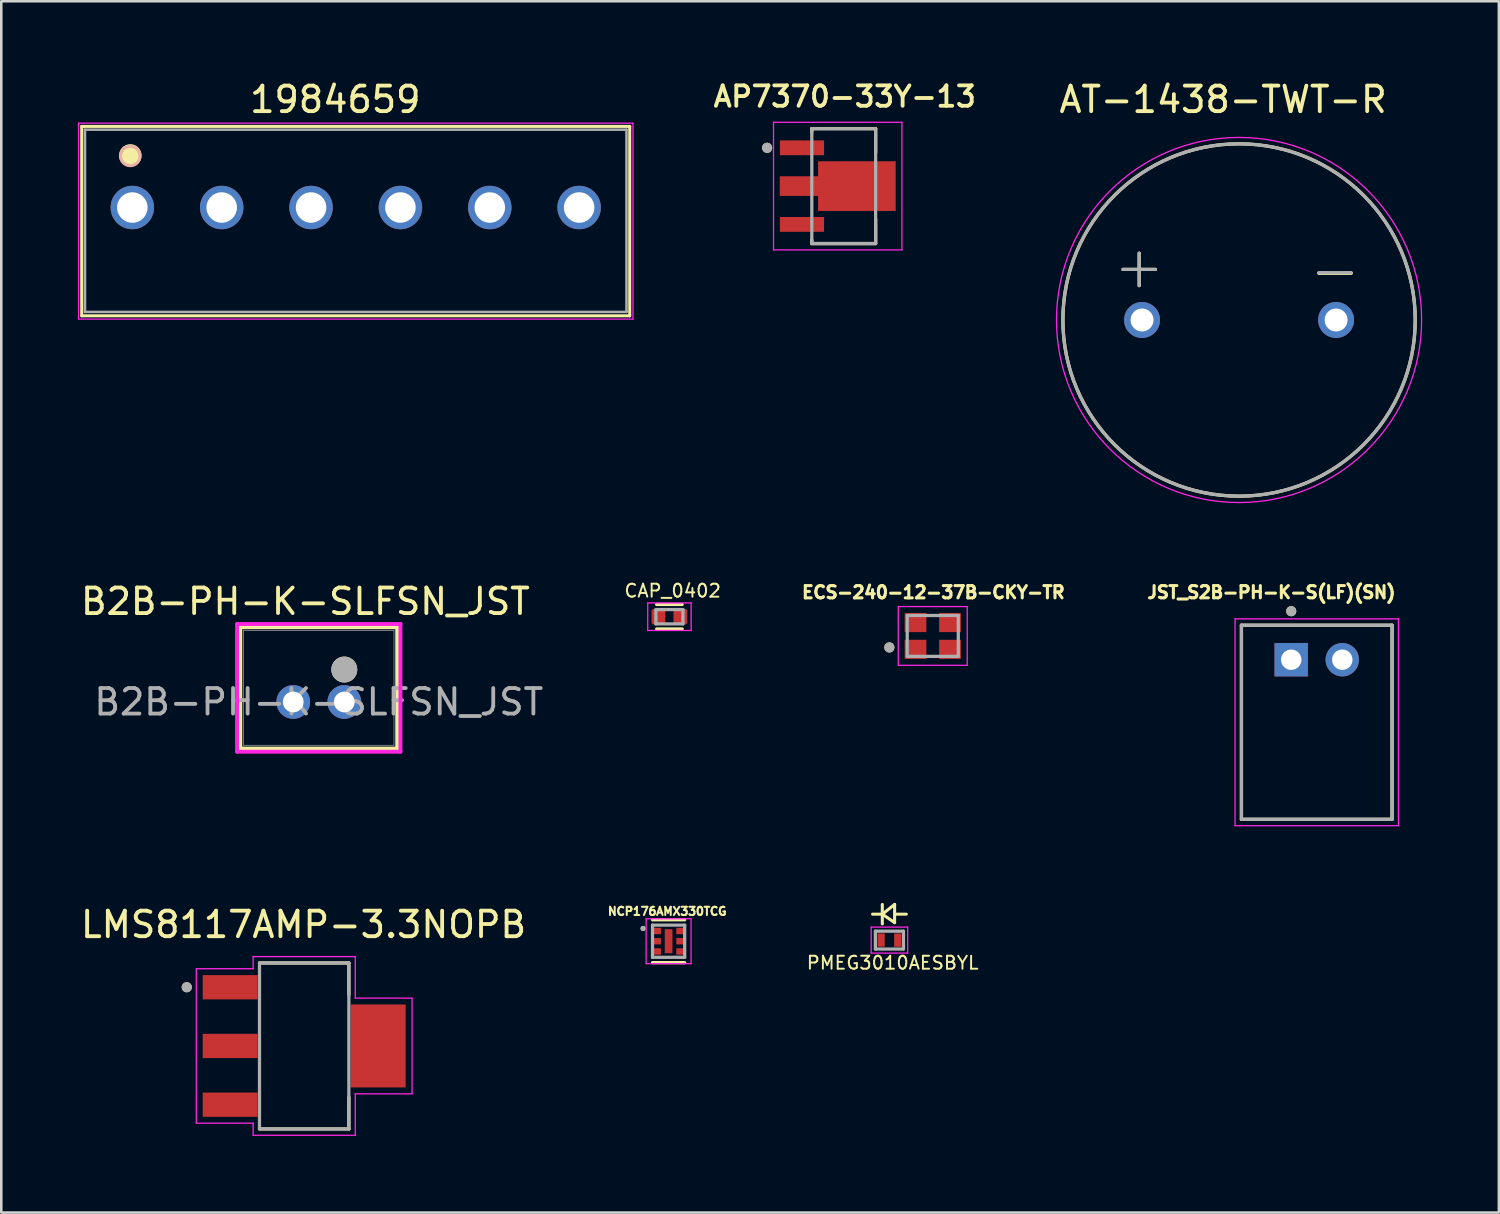
<source format=kicad_pcb>
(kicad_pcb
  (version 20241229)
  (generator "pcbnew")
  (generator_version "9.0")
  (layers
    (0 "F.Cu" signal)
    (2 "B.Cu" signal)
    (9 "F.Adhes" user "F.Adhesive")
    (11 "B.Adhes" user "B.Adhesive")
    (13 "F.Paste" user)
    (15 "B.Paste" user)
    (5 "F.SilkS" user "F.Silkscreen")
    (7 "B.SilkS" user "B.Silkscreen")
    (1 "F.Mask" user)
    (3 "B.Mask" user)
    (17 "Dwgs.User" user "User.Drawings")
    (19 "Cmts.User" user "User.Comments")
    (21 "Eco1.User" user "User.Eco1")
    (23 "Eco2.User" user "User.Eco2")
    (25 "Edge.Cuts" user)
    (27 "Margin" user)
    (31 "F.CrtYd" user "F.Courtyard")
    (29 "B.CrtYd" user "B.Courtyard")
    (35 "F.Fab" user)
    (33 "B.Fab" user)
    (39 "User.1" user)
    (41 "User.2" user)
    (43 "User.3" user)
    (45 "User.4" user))
  (footprint "PMEG3010AESBYL"
    (layer "F.Cu")
    (at 31.786 33.771)
    (property "Reference" "PMEG3010AESBYL" (at 0.127 0.889 0) (layer "F.SilkS") (effects (font (size 0.508 0.508) (thickness 0.076))))
    (attr smd)
    (fp_line (start -0.279 -1.397) (end -0.279 -0.635) (stroke (width 0.12) (type solid)) (layer "F.SilkS"))
    (fp_line (start -0.254 -1.016) (end -0.66 -1.016) (stroke (width 0.12) (type solid)) (layer "F.SilkS"))
    (fp_line (start 0.203 -1.397) (end -0.279 -1.016) (stroke (width 0.12) (type solid)) (layer "F.SilkS"))
    (fp_line (start 0.203 -1.397) (end 0.203 -0.686) (stroke (width 0.12) (type solid)) (layer "F.SilkS"))
    (fp_line (start 0.203 -0.686) (end -0.279 -1.016) (stroke (width 0.12) (type solid)) (layer "F.SilkS"))
    (fp_line (start 0.66 -1.016) (end 0.254 -1.016) (stroke (width 0.12) (type solid)) (layer "F.SilkS"))
    (fp_line (start -0.715 -0.51) (end -0.715 0.51) (stroke (width 0.05) (type solid)) (layer "F.CrtYd"))
    (fp_line (start -0.715 0.51) (end 0.715 0.51) (stroke (width 0.05) (type solid)) (layer "F.CrtYd"))
    (fp_line (start 0.715 -0.51) (end -0.715 -0.51) (stroke (width 0.05) (type solid)) (layer "F.CrtYd"))
    (fp_line (start 0.715 0.51) (end 0.715 -0.51) (stroke (width 0.05) (type solid)) (layer "F.CrtYd"))
    (fp_line (start -0.55 -0.35) (end 0.55 -0.35) (stroke (width 0.127) (type solid)) (layer "F.Fab"))
    (fp_line (start -0.55 0.35) (end -0.55 -0.35) (stroke (width 0.127) (type solid)) (layer "F.Fab"))
    (fp_line (start -0.55 0.35) (end 0.55 0.35) (stroke (width 0.127) (type solid)) (layer "F.Fab"))
    (fp_line (start 0.55 0.35) (end 0.55 -0.35) (stroke (width 0.127) (type solid)) (layer "F.Fab"))
    (pad "A" smd rect (at 0.325 0) (size 0.28 0.52) (layers "F.Cu" "F.Mask" "F.Paste"))
    (pad "C" smd rect (at -0.325 0) (size 0.28 0.52) (layers "F.Cu" "F.Mask" "F.Paste")))
  (footprint "NCP176AMX330TCG"
    (layer "F.Cu")
    (at 23.137 33.815)
    (property "Reference" "NCP176AMX330TCG" (at -0.054 -1.173 0) (layer "F.SilkS") (effects (font (size 0.32 0.32) (thickness 0.15))))
    (attr smd)
    (fp_line (start -0.63 -0.839) (end 0.63 -0.839) (stroke (width 0.127) (type solid)) (layer "F.SilkS"))
    (fp_line (start -0.63 0.839) (end 0.63 0.839) (stroke (width 0.127) (type solid)) (layer "F.SilkS"))
    (fp_circle (center -1 -0.5) (end -0.95 -0.5) (stroke (width 0.1) (type solid)) (fill no) (layer "F.SilkS"))
    (fp_line (start -0.88 -0.88) (end 0.88 -0.88) (stroke (width 0.05) (type solid)) (layer "F.CrtYd"))
    (fp_line (start -0.88 0.88) (end -0.88 -0.88) (stroke (width 0.05) (type solid)) (layer "F.CrtYd"))
    (fp_line (start 0.88 -0.88) (end 0.88 0.88) (stroke (width 0.05) (type solid)) (layer "F.CrtYd"))
    (fp_line (start 0.88 0.88) (end -0.88 0.88) (stroke (width 0.05) (type solid)) (layer "F.CrtYd"))
    (fp_line (start -0.63 -0.63) (end 0.63 -0.63) (stroke (width 0.127) (type solid)) (layer "F.Fab"))
    (fp_line (start -0.63 0.63) (end -0.63 -0.63) (stroke (width 0.127) (type solid)) (layer "F.Fab"))
    (fp_line (start 0.63 -0.63) (end 0.63 0.63) (stroke (width 0.127) (type solid)) (layer "F.Fab"))
    (fp_line (start 0.63 0.63) (end -0.63 0.63) (stroke (width 0.127) (type solid)) (layer "F.Fab"))
    (fp_circle (center -1 -0.5) (end -0.95 -0.5) (stroke (width 0.1) (type solid)) (fill no) (layer "F.Fab"))
    (pad "1" smd roundrect (at -0.455 -0.4) (size 0.31 0.25) (layers "F.Cu" "F.Mask" "F.Paste") (roundrect_rratio 0.03))
    (pad "2" smd roundrect (at -0.455 0) (size 0.31 0.25) (layers "F.Cu" "F.Mask" "F.Paste") (roundrect_rratio 0.03))
    (pad "3" smd roundrect (at -0.455 0.4) (size 0.31 0.25) (layers "F.Cu" "F.Mask" "F.Paste") (roundrect_rratio 0.03))
    (pad "3" smd rect (at 0 0 90) (size 0.94 0.3) (layers "F.Cu" "F.Mask"))
    (pad "4" smd roundrect (at 0.455 0.4) (size 0.31 0.25) (layers "F.Cu" "F.Mask" "F.Paste") (roundrect_rratio 0.03))
    (pad "5" smd roundrect (at 0.455 0) (size 0.31 0.25) (layers "F.Cu" "F.Mask" "F.Paste") (roundrect_rratio 0.03))
    (pad "6" smd roundrect (at 0.455 -0.4) (size 0.31 0.25) (layers "F.Cu" "F.Mask" "F.Paste") (roundrect_rratio 0.03)))
  (footprint "LMS8117AMP-3.3NOPB"
    (layer "F.Cu")
    (at 8.864 37.917)
    (property "Reference" "LMS8117AMP-3.3NOPB" (at -0.025 -4.754 0) (layer "F.SilkS") (effects (font (size 1 1) (thickness 0.15))))
    (attr through_hole)
    (fp_line (start -1.75 -3.25) (end 1.75 -3.25) (stroke (width 0.127) (type solid)) (layer "F.SilkS"))
    (fp_line (start -1.75 3.25) (end 1.75 3.25) (stroke (width 0.127) (type solid)) (layer "F.SilkS"))
    (fp_line (start 1.75 -3.25) (end 1.75 -2.01) (stroke (width 0.127) (type solid)) (layer "F.SilkS"))
    (fp_line (start 1.75 3.25) (end 1.75 2.01) (stroke (width 0.127) (type solid)) (layer "F.SilkS"))
    (fp_circle (center -4.6 -2.3) (end -4.5 -2.3) (stroke (width 0.2) (type solid)) (fill no) (layer "F.SilkS"))
    (fp_line (start -4.225 -3.025) (end -4.225 3.025) (stroke (width 0.05) (type solid)) (layer "F.CrtYd"))
    (fp_line (start -4.225 3.025) (end -2 3.025) (stroke (width 0.05) (type solid)) (layer "F.CrtYd"))
    (fp_line (start -2 -3.5) (end -2 -3.025) (stroke (width 0.05) (type solid)) (layer "F.CrtYd"))
    (fp_line (start -2 -3.025) (end -4.225 -3.025) (stroke (width 0.05) (type solid)) (layer "F.CrtYd"))
    (fp_line (start -2 3.025) (end -2 3.5) (stroke (width 0.05) (type solid)) (layer "F.CrtYd"))
    (fp_line (start -2 3.5) (end 2 3.5) (stroke (width 0.05) (type solid)) (layer "F.CrtYd"))
    (fp_line (start 2 -3.5) (end -2 -3.5) (stroke (width 0.05) (type solid)) (layer "F.CrtYd"))
    (fp_line (start 2 -1.875) (end 2 -3.5) (stroke (width 0.05) (type solid)) (layer "F.CrtYd"))
    (fp_line (start 2 1.875) (end 4.225 1.875) (stroke (width 0.05) (type solid)) (layer "F.CrtYd"))
    (fp_line (start 2 3.5) (end 2 1.875) (stroke (width 0.05) (type solid)) (layer "F.CrtYd"))
    (fp_line (start 4.225 -1.875) (end 2 -1.875) (stroke (width 0.05) (type solid)) (layer "F.CrtYd"))
    (fp_line (start 4.225 1.875) (end 4.225 -1.875) (stroke (width 0.05) (type solid)) (layer "F.CrtYd"))
    (fp_line (start -1.75 -3.25) (end -1.75 3.25) (stroke (width 0.127) (type solid)) (layer "F.Fab"))
    (fp_line (start 1.75 -3.25) (end -1.75 -3.25) (stroke (width 0.127) (type solid)) (layer "F.Fab"))
    (fp_line (start 1.75 -3.25) (end 1.75 3.25) (stroke (width 0.127) (type solid)) (layer "F.Fab"))
    (fp_line (start 1.75 3.25) (end -1.75 3.25) (stroke (width 0.127) (type solid)) (layer "F.Fab"))
    (fp_circle (center -4.6 -2.3) (end -4.5 -2.3) (stroke (width 0.2) (type solid)) (fill no) (layer "F.Fab"))
    (pad "1" smd rect (at -2.9 -2.3) (size 2.15 0.95) (layers "F.Cu" "F.Mask" "F.Paste"))
    (pad "2" smd rect (at -2.9 0) (size 2.15 0.95) (layers "F.Cu" "F.Mask" "F.Paste"))
    (pad "2" smd rect (at 2.9 0) (size 2.15 3.25) (layers "F.Cu" "F.Mask" "F.Paste"))
    (pad "3" smd rect (at -2.9 2.3) (size 2.15 0.95) (layers "F.Cu" "F.Mask" "F.Paste")))
  (footprint "B2B-PH-K-SLFSN_JST"
    (layer "F.Cu")
    (at 10.435 24.444)
    (property "Reference" "B2B-PH-K-SLFSN_JST" (at -1.524 -3.937 0) (unlocked yes) (layer "F.SilkS") (effects (font (size 1 1) (thickness 0.15))))
    (attr through_hole)
    (fp_line (start -4.073 -2.927) (end -4.073 1.823) (stroke (width 0.152) (type solid)) (layer "F.SilkS"))
    (fp_line (start -4.073 1.823) (end 2.073 1.823) (stroke (width 0.152) (type solid)) (layer "F.SilkS"))
    (fp_line (start 2.073 -2.927) (end -4.073 -2.927) (stroke (width 0.152) (type solid)) (layer "F.SilkS"))
    (fp_line (start 2.073 1.823) (end 2.073 -2.927) (stroke (width 0.152) (type solid)) (layer "F.SilkS"))
    (fp_circle (center 0 -1.27) (end 0.254 -1.27) (stroke (width 0.508) (type solid)) (fill yes) (layer "F.SilkS"))
    (fp_line (start -4.2 -3.054) (end -4.2 1.95) (stroke (width 0.152) (type solid)) (layer "F.CrtYd"))
    (fp_line (start -4.2 1.95) (end 2.2 1.95) (stroke (width 0.152) (type solid)) (layer "F.CrtYd"))
    (fp_line (start 2.2 -3.054) (end -4.2 -3.054) (stroke (width 0.152) (type solid)) (layer "F.CrtYd"))
    (fp_line (start 2.2 1.95) (end 2.2 -3.054) (stroke (width 0.152) (type solid)) (layer "F.CrtYd"))
    (fp_line (start -3.946 -2.8) (end -3.946 1.696) (stroke (width 0.025) (type solid)) (layer "F.Fab"))
    (fp_line (start -3.946 1.696) (end 1.946 1.696) (stroke (width 0.025) (type solid)) (layer "F.Fab"))
    (fp_line (start 1.946 -2.8) (end -3.946 -2.8) (stroke (width 0.025) (type solid)) (layer "F.Fab"))
    (fp_line (start 1.946 1.696) (end 1.946 -2.8) (stroke (width 0.025) (type solid)) (layer "F.Fab"))
    (fp_circle (center 0 -1.27) (end 0.254 -1.27) (stroke (width 0.508) (type solid)) (fill no) (layer "F.Fab"))
    (fp_text user "${REFERENCE}" (at -1 0 0) (unlocked yes) (layer "F.Fab") (effects (font (size 1 1) (thickness 0.15))))
    (pad "1" thru_hole circle (at 0.000001 0) (size 1.321 1.321) (drill 0.813) (layers "*.Cu" "*.Mask"))
    (pad "2" thru_hole circle (at -2 0) (size 1.321 1.321) (drill 0.813) (layers "*.Cu" "*.Mask")))
  (footprint "ECS-240-12-37B-CKY-TR"
    (layer "F.Cu")
    (at 33.483 21.858)
    (property "Reference" "ECS-240-12-37B-CKY-TR" (at 0.024 -1.708 0) (layer "F.SilkS") (effects (font (size 0.481 0.481) (thickness 0.15))))
    (attr smd)
    (fp_circle (center -1.7 0.45) (end -1.6 0.45) (stroke (width 0.2) (type solid)) (fill no) (layer "F.SilkS"))
    (fp_line (start -1.35 -1.15) (end -1.35 1.15) (stroke (width 0.05) (type solid)) (layer "F.CrtYd"))
    (fp_line (start -1.35 1.15) (end 1.35 1.15) (stroke (width 0.05) (type solid)) (layer "F.CrtYd"))
    (fp_line (start 1.35 -1.15) (end -1.35 -1.15) (stroke (width 0.05) (type solid)) (layer "F.CrtYd"))
    (fp_line (start 1.35 1.15) (end 1.35 -1.15) (stroke (width 0.05) (type solid)) (layer "F.CrtYd"))
    (fp_line (start -1 -0.8) (end -1 0.8) (stroke (width 0.127) (type solid)) (layer "F.Fab"))
    (fp_line (start -1 0.8) (end 1 0.8) (stroke (width 0.127) (type solid)) (layer "F.Fab"))
    (fp_line (start 1 -0.8) (end -1 -0.8) (stroke (width 0.127) (type solid)) (layer "F.Fab"))
    (fp_line (start 1 0.8) (end 1 -0.8) (stroke (width 0.127) (type solid)) (layer "F.Fab"))
    (fp_circle (center -1.7 0.45) (end -1.6 0.45) (stroke (width 0.2) (type solid)) (fill no) (layer "F.Fab"))
    (pad "1" smd rect (at -0.675 0.525) (size 0.85 0.75) (layers "F.Cu" "F.Mask" "F.Paste"))
    (pad "2" smd rect (at 0.675 0.525) (size 0.85 0.75) (layers "F.Cu" "F.Mask" "F.Paste"))
    (pad "3" smd rect (at 0.675 -0.525) (size 0.85 0.75) (layers "F.Cu" "F.Mask" "F.Paste"))
    (pad "4" smd rect (at -0.675 -0.525) (size 0.85 0.75) (layers "F.Cu" "F.Mask" "F.Paste")))
  (footprint "AP7370-33Y-13"
    (layer "F.Cu")
    (at 29.996 4.239)
    (property "Reference" "AP7370-33Y-13" (at 0.04 -3.508 0) (layer "F.SilkS") (effects (font (size 0.8 0.8) (thickness 0.15))))
    (attr smd)
    (fp_poly (pts (xy -2.55 -1.84) (xy -0.72 -1.84) (xy -0.72 -1.16) (xy -2.55 -1.16)) (stroke (width 0.01) (type solid)) (fill yes) (layer "F.Mask"))
    (fp_poly (pts (xy -2.55 1.16) (xy -0.72 1.16) (xy -0.72 1.84) (xy -2.55 1.84)) (stroke (width 0.01) (type solid)) (fill yes) (layer "F.Mask"))
    (fp_poly (pts (xy 2.08 -1.016) (xy 2.08 1.016) (xy -1.05 1.016) (xy -1.05 0.43) (xy -2.55 0.43) (xy -2.55 -0.43) (xy -1.05 -0.43) (xy -1.05 -1.016)) (stroke (width 0.01) (type solid)) (fill yes) (layer "F.Mask"))
    (fp_line (start -1.25 -2.25) (end 1.25 -2.25) (stroke (width 0.127) (type solid)) (layer "F.SilkS"))
    (fp_line (start -1.25 -2.11) (end -1.25 -2.25) (stroke (width 0.127) (type solid)) (layer "F.SilkS"))
    (fp_line (start -1.25 2.25) (end -1.25 2.11) (stroke (width 0.127) (type solid)) (layer "F.SilkS"))
    (fp_line (start -1.25 2.25) (end 1.25 2.25) (stroke (width 0.127) (type solid)) (layer "F.SilkS"))
    (fp_line (start 1.25 -1.3) (end 1.25 -2.25) (stroke (width 0.127) (type solid)) (layer "F.SilkS"))
    (fp_line (start 1.25 1.3) (end 1.25 2.25) (stroke (width 0.127) (type solid)) (layer "F.SilkS"))
    (fp_circle (center -3 -1.5) (end -2.9 -1.5) (stroke (width 0.2) (type solid)) (fill no) (layer "F.SilkS"))
    (fp_poly (pts (xy -2.5 -0.38) (xy -1 -0.38) (xy -1 0.38) (xy -2.5 0.38)) (stroke (width 0.01) (type solid)) (fill yes) (layer "F.Paste"))
    (fp_poly (pts (xy -0.445 -0.61) (xy 1.475 -0.61) (xy 1.475 0.61) (xy -0.445 0.61)) (stroke (width 0.01) (type solid)) (fill yes) (layer "F.Paste"))
    (fp_line (start -2.75 -2.5) (end -2.75 2.5) (stroke (width 0.05) (type solid)) (layer "F.CrtYd"))
    (fp_line (start 2.28 -2.5) (end -2.75 -2.5) (stroke (width 0.05) (type solid)) (layer "F.CrtYd"))
    (fp_line (start 2.28 -2.5) (end 2.28 2.5) (stroke (width 0.05) (type solid)) (layer "F.CrtYd"))
    (fp_line (start 2.28 2.5) (end -2.75 2.5) (stroke (width 0.05) (type solid)) (layer "F.CrtYd"))
    (fp_line (start -1.25 -2.25) (end -1.25 2.25) (stroke (width 0.127) (type solid)) (layer "F.Fab"))
    (fp_line (start -1.25 -2.25) (end 1.25 -2.25) (stroke (width 0.127) (type solid)) (layer "F.Fab"))
    (fp_line (start -1.25 2.25) (end 1.25 2.25) (stroke (width 0.127) (type solid)) (layer "F.Fab"))
    (fp_line (start 1.25 -2.25) (end 1.25 2.25) (stroke (width 0.127) (type solid)) (layer "F.Fab"))
    (fp_circle (center -3 -1.5) (end -2.9 -1.5) (stroke (width 0.2) (type solid)) (fill no) (layer "F.Fab"))
    (pad "1" smd rect (at -1.635 -1.5) (size 1.73 0.58) (layers "F.Cu" "F.Paste"))
    (pad "2" smd custom (at 0 0) (size 1 0.76) (layers "F.Cu") (options (anchor rect)) (primitives (gr_poly (pts (xy 2.03 -0.967) (xy 2.03 0.967) (xy -1 0.967) (xy -1 0.38) (xy -2.5 0.38) (xy -2.5 -0.38) (xy -1 -0.38) (xy -1 -0.967)) (width 0.01) (fill yes))))
    (pad "3" smd rect (at -1.635 1.5) (size 1.73 0.58) (layers "F.Cu" "F.Paste")))
  (footprint "JST_S2B-PH-K-S(LF)(SN)"
    (layer "F.Cu")
    (at 48.523 22.789)
    (property "Reference" "JST_S2B-PH-K-S(LF)(SN)" (at -1.776 -2.64 0) (layer "F.SilkS") (effects (font (size 0.48 0.48) (thickness 0.15))))
    (attr through_hole)
    (fp_line (start -2.95 -1.35) (end 2.95 -1.35) (stroke (width 0.127) (type solid)) (layer "F.SilkS"))
    (fp_line (start -2.95 6.25) (end -2.95 -1.35) (stroke (width 0.127) (type solid)) (layer "F.SilkS"))
    (fp_line (start 2.95 -1.35) (end 2.95 6.25) (stroke (width 0.127) (type solid)) (layer "F.SilkS"))
    (fp_line (start 2.95 6.25) (end -2.95 6.25) (stroke (width 0.127) (type solid)) (layer "F.SilkS"))
    (fp_circle (center -1 -1.9) (end -0.9 -1.9) (stroke (width 0.2) (type solid)) (fill no) (layer "F.SilkS"))
    (fp_line (start -3.2 -1.6) (end 3.2 -1.6) (stroke (width 0.05) (type solid)) (layer "F.CrtYd"))
    (fp_line (start -3.2 6.5) (end -3.2 -1.6) (stroke (width 0.05) (type solid)) (layer "F.CrtYd"))
    (fp_line (start 3.2 -1.6) (end 3.2 6.5) (stroke (width 0.05) (type solid)) (layer "F.CrtYd"))
    (fp_line (start 3.2 6.5) (end -3.2 6.5) (stroke (width 0.05) (type solid)) (layer "F.CrtYd"))
    (fp_line (start -2.95 -1.35) (end 2.95 -1.35) (stroke (width 0.127) (type solid)) (layer "F.Fab"))
    (fp_line (start -2.95 6.25) (end -2.95 -1.35) (stroke (width 0.127) (type solid)) (layer "F.Fab"))
    (fp_line (start 2.95 -1.35) (end 2.95 6.25) (stroke (width 0.127) (type solid)) (layer "F.Fab"))
    (fp_line (start 2.95 6.25) (end -2.95 6.25) (stroke (width 0.127) (type solid)) (layer "F.Fab"))
    (fp_circle (center -1 -1.9) (end -0.9 -1.9) (stroke (width 0.2) (type solid)) (fill no) (layer "F.Fab"))
    (pad "1" thru_hole rect (at -1 0) (size 1.308 1.308) (drill 0.8) (layers "*.Cu" "*.Mask"))
    (pad "2" thru_hole circle (at 1 0) (size 1.308 1.308) (drill 0.8) (layers "*.Cu" "*.Mask")))
  (footprint "CAP_0402"
    (layer "F.Cu")
    (at 23.169 21.105)
    (property "Reference" "CAP_0402" (at 0.127 -1.016 0) (layer "F.SilkS") (effects (font (size 0.508 0.508) (thickness 0.076))))
    (attr smd)
    (fp_line (start -0.5 0.48) (end 0.5 0.48) (stroke (width 0.127) (type solid)) (layer "F.SilkS"))
    (fp_line (start 0.5 -0.48) (end -0.5 -0.48) (stroke (width 0.127) (type solid)) (layer "F.SilkS"))
    (fp_line (start -0.85 -0.54) (end -0.85 0.54) (stroke (width 0.05) (type solid)) (layer "F.CrtYd"))
    (fp_line (start -0.85 0.54) (end 0.85 0.54) (stroke (width 0.05) (type solid)) (layer "F.CrtYd"))
    (fp_line (start 0.85 -0.54) (end -0.85 -0.54) (stroke (width 0.05) (type solid)) (layer "F.CrtYd"))
    (fp_line (start 0.85 0.54) (end 0.85 -0.54) (stroke (width 0.05) (type solid)) (layer "F.CrtYd"))
    (fp_line (start -0.53 -0.28) (end -0.53 0.28) (stroke (width 0.127) (type solid)) (layer "F.Fab"))
    (fp_line (start -0.53 0.28) (end 0.53 0.28) (stroke (width 0.127) (type solid)) (layer "F.Fab"))
    (fp_line (start 0.53 -0.28) (end -0.53 -0.28) (stroke (width 0.127) (type solid)) (layer "F.Fab"))
    (fp_line (start 0.53 0.28) (end 0.53 -0.28) (stroke (width 0.127) (type solid)) (layer "F.Fab"))
    (pad "1" smd roundrect (at -0.43 0 90) (size 0.6 0.54) (layers "F.Cu" "F.Mask" "F.Paste") (roundrect_rratio 0.14))
    (pad "2" smd roundrect (at 0.43 0 90) (size 0.6 0.54) (layers "F.Cu" "F.Mask" "F.Paste") (roundrect_rratio 0.14)))
  (footprint "1984659"
    (layer "F.Cu")
    (at 2.133 5.078)
    (property "Reference" "1984659" (at 7.95 -4.23 0) (layer "F.SilkS") (effects (font (size 1 1) (thickness 0.15))))
    (attr through_hole)
    (fp_line (start -1.981 -3.177) (end -1.981 4.242) (stroke (width 0.12) (type solid)) (layer "F.SilkS"))
    (fp_line (start -1.981 4.242) (end 19.482 4.242) (stroke (width 0.12) (type solid)) (layer "F.SilkS"))
    (fp_line (start 19.482 -3.177) (end -1.981 -3.177) (stroke (width 0.12) (type solid)) (layer "F.SilkS"))
    (fp_line (start 19.482 4.242) (end 19.482 -3.177) (stroke (width 0.12) (type solid)) (layer "F.SilkS"))
    (fp_circle (center -0.08 -2.04) (end 0.301 -2.04) (stroke (width 0.12) (type solid)) (fill yes) (layer "F.SilkS"))
    (fp_circle (center -0.08 -2.02) (end 0.301 -2.02) (stroke (width 0.12) (type solid)) (fill no) (layer "B.SilkS"))
    (fp_line (start -2.108 -3.304) (end -2.108 4.369) (stroke (width 0.05) (type solid)) (layer "F.CrtYd"))
    (fp_line (start -2.108 4.369) (end 19.609 4.369) (stroke (width 0.05) (type solid)) (layer "F.CrtYd"))
    (fp_line (start 19.609 -3.304) (end -2.108 -3.304) (stroke (width 0.05) (type solid)) (layer "F.CrtYd"))
    (fp_line (start 19.609 4.369) (end 19.609 -3.304) (stroke (width 0.05) (type solid)) (layer "F.CrtYd"))
    (fp_line (start -1.854 -3.05) (end -1.854 4.089) (stroke (width 0.1) (type solid)) (layer "F.Fab"))
    (fp_line (start -1.854 4.089) (end 19.355 4.089) (stroke (width 0.1) (type solid)) (layer "F.Fab"))
    (fp_line (start 19.355 -3.05) (end -1.854 -3.05) (stroke (width 0.1) (type solid)) (layer "F.Fab"))
    (fp_line (start 19.355 4.089) (end 19.355 -3.05) (stroke (width 0.1) (type solid)) (layer "F.Fab"))
    (pad "1" thru_hole circle (at 0 0) (size 1.702 1.702) (drill 1.194) (layers "*.Cu" "*.Mask"))
    (pad "2" thru_hole circle (at 3.5 0) (size 1.702 1.702) (drill 1.194) (layers "*.Cu" "*.Mask"))
    (pad "3" thru_hole circle (at 7 0) (size 1.702 1.702) (drill 1.194) (layers "*.Cu" "*.Mask"))
    (pad "4" thru_hole circle (at 10.5 0) (size 1.702 1.702) (drill 1.194) (layers "*.Cu" "*.Mask"))
    (pad "5" thru_hole circle (at 14 0) (size 1.702 1.702) (drill 1.194) (layers "*.Cu" "*.Mask"))
    (pad "6" thru_hole circle (at 17.5 0) (size 1.702 1.702) (drill 1.194) (layers "*.Cu" "*.Mask")))
  (footprint "AT-1438-TWT-R"
    (layer "F.Cu")
    (at 45.48 9.483)
    (property "Reference" "AT-1438-TWT-R" (at -0.625 -8.635 0) (layer "F.SilkS") (effects (font (size 1 1) (thickness 0.15))))
    (attr through_hole)
    (fp_line (start -4.547 -1.981) (end -3.277 -1.981) (stroke (width 0.127) (type solid)) (layer "F.SilkS"))
    (fp_line (start -3.912 -2.616) (end -3.912 -1.346) (stroke (width 0.127) (type solid)) (layer "F.SilkS"))
    (fp_line (start 3.124 -1.829) (end 4.394 -1.829) (stroke (width 0.127) (type solid)) (layer "F.SilkS"))
    (fp_circle (center 0 0) (end 6.9 0) (stroke (width 0.127) (type solid)) (fill no) (layer "F.SilkS"))
    (fp_circle (center 0 0) (end 7.15 0) (stroke (width 0.05) (type solid)) (fill no) (layer "F.CrtYd"))
    (fp_line (start -4.547 -1.981) (end -3.277 -1.981) (stroke (width 0.127) (type solid)) (layer "F.Fab"))
    (fp_line (start -3.912 -2.616) (end -3.912 -1.346) (stroke (width 0.127) (type solid)) (layer "F.Fab"))
    (fp_line (start 3.124 -1.854) (end 4.394 -1.854) (stroke (width 0.127) (type solid)) (layer "F.Fab"))
    (fp_circle (center 0 0) (end 6.9 0) (stroke (width 0.127) (type solid)) (fill no) (layer "F.Fab"))
    (pad "1" thru_hole circle (at -3.8 0) (size 1.408 1.408) (drill 0.9) (layers "*.Cu" "*.Mask"))
    (pad "2" thru_hole circle (at 3.8 0) (size 1.408 1.408) (drill 0.9) (layers "*.Cu" "*.Mask")))
  (gr_rect
    (start -3 -3)
    (end 55.655 44.442)
    (stroke (width 0.1) (type default))
    (fill no)
    (layer "Edge.Cuts")))
</source>
